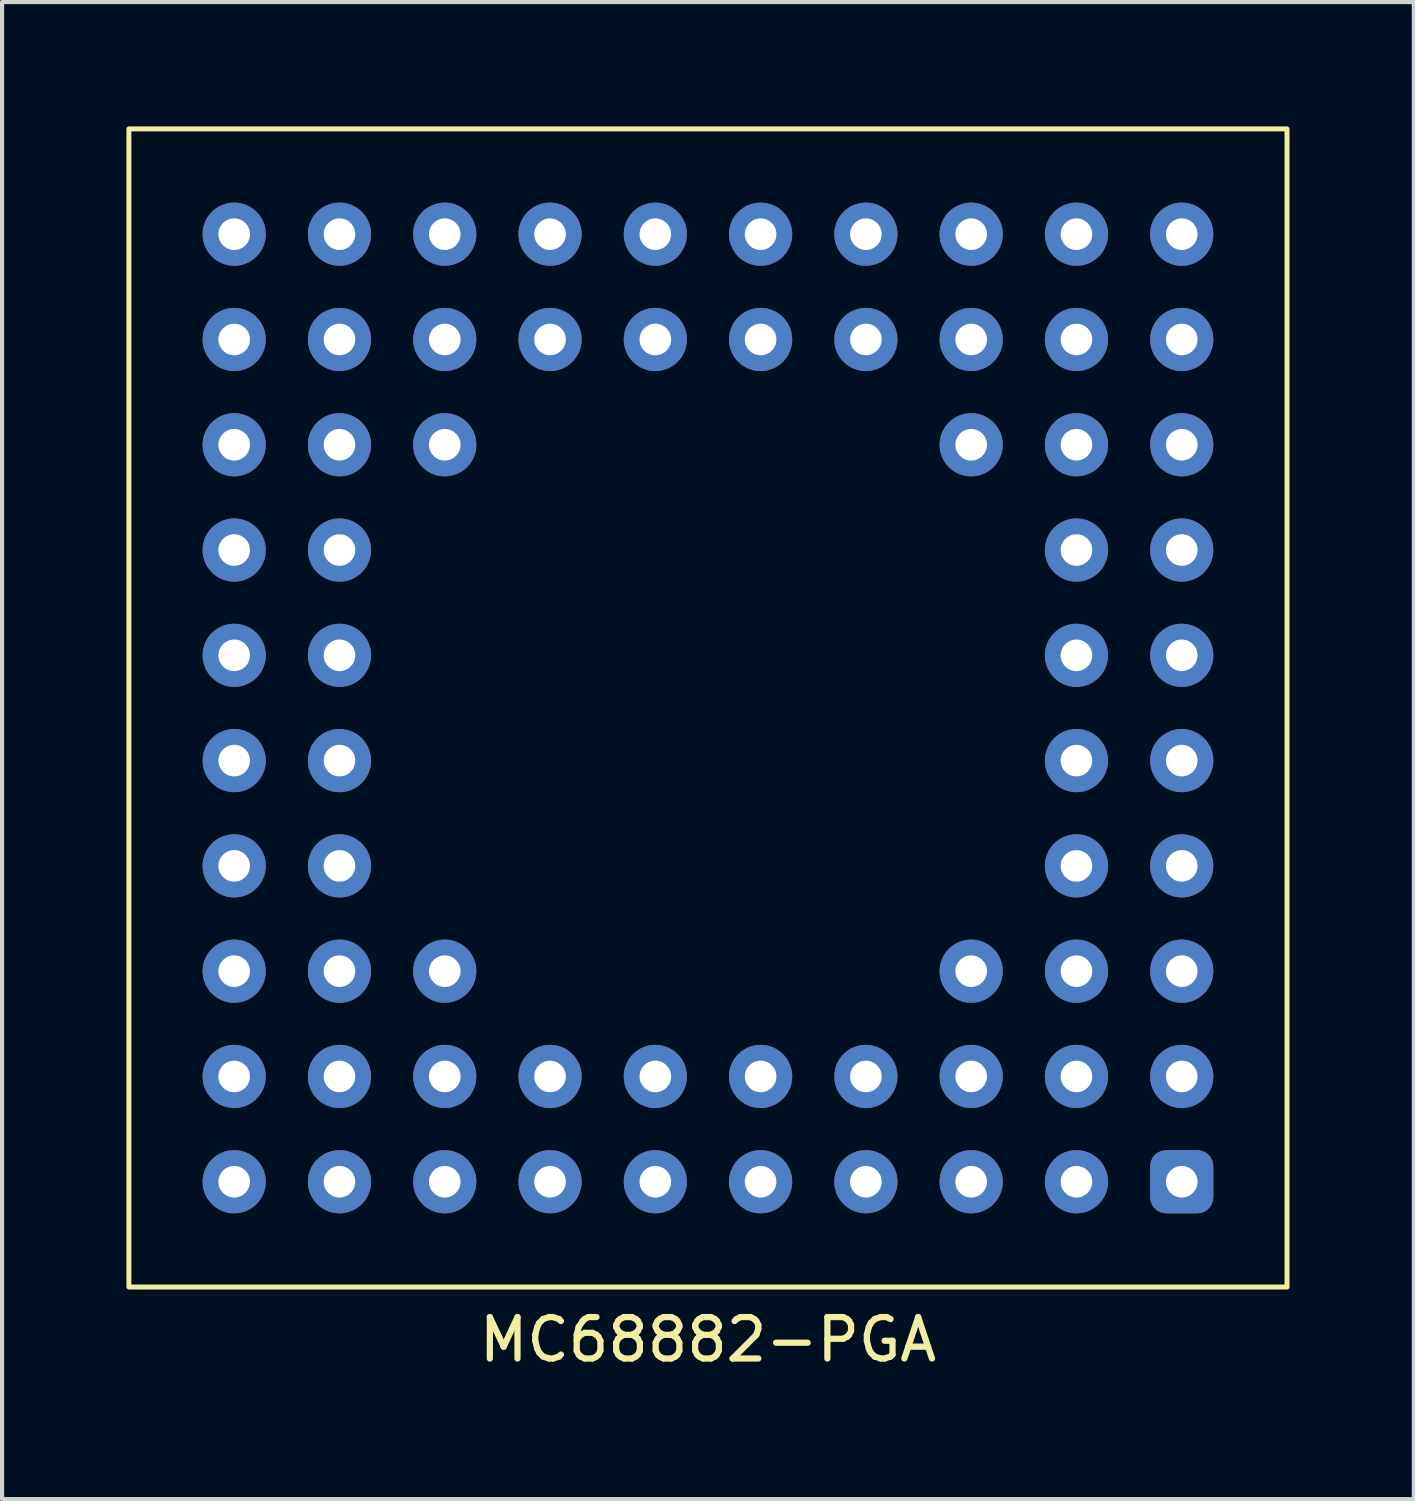
<source format=kicad_pcb>
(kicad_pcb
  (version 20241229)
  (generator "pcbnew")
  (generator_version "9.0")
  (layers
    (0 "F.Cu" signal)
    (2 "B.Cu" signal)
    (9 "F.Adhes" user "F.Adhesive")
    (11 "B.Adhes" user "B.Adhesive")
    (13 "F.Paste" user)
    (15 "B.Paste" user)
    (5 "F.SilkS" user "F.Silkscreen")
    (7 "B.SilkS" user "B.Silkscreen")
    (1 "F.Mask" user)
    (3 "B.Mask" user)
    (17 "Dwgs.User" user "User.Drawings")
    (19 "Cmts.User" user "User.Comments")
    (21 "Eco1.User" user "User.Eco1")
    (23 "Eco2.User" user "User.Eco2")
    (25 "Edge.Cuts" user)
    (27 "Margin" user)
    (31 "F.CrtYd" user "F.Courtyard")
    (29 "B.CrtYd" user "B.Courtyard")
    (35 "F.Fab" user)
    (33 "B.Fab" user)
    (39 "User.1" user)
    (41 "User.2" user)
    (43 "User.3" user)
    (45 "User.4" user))
  (footprint "MC68882-PGA"
    (layer "F.Cu")
    (at 14.03 14.03)
    (property "Reference" "MC68882-PGA" (at 0 15.24 0) (unlocked yes) (layer "F.SilkS") (effects (font (size 1 1) (thickness 0.15))))
    (attr through_hole)
    (fp_rect (start -13.97 -13.97) (end 13.97 13.97) (stroke (width 0.12) (type solid)) (fill no) (layer "F.SilkS"))
    (pad "1" thru_hole roundrect (at 11.43 11.43) (size 1.524 1.524) (drill 0.762) (layers "*.Cu" "*.Mask") (roundrect_rratio 0.25))
    (pad "2" thru_hole circle (at 8.89 11.43) (size 1.524 1.524) (drill 0.762) (layers "*.Cu" "*.Mask"))
    (pad "3" thru_hole circle (at 6.35 11.43) (size 1.524 1.524) (drill 0.762) (layers "*.Cu" "*.Mask"))
    (pad "4" thru_hole circle (at 3.81 11.43) (size 1.524 1.524) (drill 0.762) (layers "*.Cu" "*.Mask"))
    (pad "5" thru_hole circle (at 1.27 11.43) (size 1.524 1.524) (drill 0.762) (layers "*.Cu" "*.Mask"))
    (pad "6" thru_hole circle (at -1.27 11.43) (size 1.524 1.524) (drill 0.762) (layers "*.Cu" "*.Mask"))
    (pad "7" thru_hole circle (at -3.81 11.43) (size 1.524 1.524) (drill 0.762) (layers "*.Cu" "*.Mask"))
    (pad "8" thru_hole circle (at -6.35 11.43) (size 1.524 1.524) (drill 0.762) (layers "*.Cu" "*.Mask"))
    (pad "9" thru_hole circle (at -8.89 11.43) (size 1.524 1.524) (drill 0.762) (layers "*.Cu" "*.Mask"))
    (pad "10" thru_hole circle (at -11.43 11.43) (size 1.524 1.524) (drill 0.762) (layers "*.Cu" "*.Mask"))
    (pad "11" thru_hole circle (at 11.43 8.89) (size 1.524 1.524) (drill 0.762) (layers "*.Cu" "*.Mask"))
    (pad "12" thru_hole circle (at 8.89 8.89) (size 1.524 1.524) (drill 0.762) (layers "*.Cu" "*.Mask"))
    (pad "13" thru_hole circle (at 6.35 8.89) (size 1.524 1.524) (drill 0.762) (layers "*.Cu" "*.Mask"))
    (pad "14" thru_hole circle (at 3.81 8.89) (size 1.524 1.524) (drill 0.762) (layers "*.Cu" "*.Mask"))
    (pad "15" thru_hole circle (at 1.27 8.89) (size 1.524 1.524) (drill 0.762) (layers "*.Cu" "*.Mask"))
    (pad "16" thru_hole circle (at -1.27 8.89) (size 1.524 1.524) (drill 0.762) (layers "*.Cu" "*.Mask"))
    (pad "17" thru_hole circle (at -3.81 8.89) (size 1.524 1.524) (drill 0.762) (layers "*.Cu" "*.Mask"))
    (pad "18" thru_hole circle (at -6.35 8.89) (size 1.524 1.524) (drill 0.762) (layers "*.Cu" "*.Mask"))
    (pad "19" thru_hole circle (at -8.89 8.89) (size 1.524 1.524) (drill 0.762) (layers "*.Cu" "*.Mask"))
    (pad "20" thru_hole circle (at -11.43 8.89) (size 1.524 1.524) (drill 0.762) (layers "*.Cu" "*.Mask"))
    (pad "21" thru_hole circle (at 11.43 6.35) (size 1.524 1.524) (drill 0.762) (layers "*.Cu" "*.Mask"))
    (pad "22" thru_hole circle (at 8.89 6.35) (size 1.524 1.524) (drill 0.762) (layers "*.Cu" "*.Mask"))
    (pad "23" thru_hole circle (at 6.35 6.35) (size 1.524 1.524) (drill 0.762) (layers "*.Cu" "*.Mask"))
    (pad "24" thru_hole circle (at -6.35 6.35) (size 1.524 1.524) (drill 0.762) (layers "*.Cu" "*.Mask"))
    (pad "25" thru_hole circle (at -8.89 6.35) (size 1.524 1.524) (drill 0.762) (layers "*.Cu" "*.Mask"))
    (pad "26" thru_hole circle (at -11.43 6.35) (size 1.524 1.524) (drill 0.762) (layers "*.Cu" "*.Mask"))
    (pad "27" thru_hole circle (at 11.43 3.81) (size 1.524 1.524) (drill 0.762) (layers "*.Cu" "*.Mask"))
    (pad "28" thru_hole circle (at 8.89 3.81) (size 1.524 1.524) (drill 0.762) (layers "*.Cu" "*.Mask"))
    (pad "29" thru_hole circle (at -8.89 3.81) (size 1.524 1.524) (drill 0.762) (layers "*.Cu" "*.Mask"))
    (pad "30" thru_hole circle (at -11.43 3.81) (size 1.524 1.524) (drill 0.762) (layers "*.Cu" "*.Mask"))
    (pad "31" thru_hole circle (at 11.43 1.27) (size 1.524 1.524) (drill 0.762) (layers "*.Cu" "*.Mask"))
    (pad "32" thru_hole circle (at 8.89 1.27) (size 1.524 1.524) (drill 0.762) (layers "*.Cu" "*.Mask"))
    (pad "33" thru_hole circle (at -8.89 1.27) (size 1.524 1.524) (drill 0.762) (layers "*.Cu" "*.Mask"))
    (pad "34" thru_hole circle (at -11.43 1.27) (size 1.524 1.524) (drill 0.762) (layers "*.Cu" "*.Mask"))
    (pad "35" thru_hole circle (at 11.43 -1.27) (size 1.524 1.524) (drill 0.762) (layers "*.Cu" "*.Mask"))
    (pad "36" thru_hole circle (at 8.89 -1.27) (size 1.524 1.524) (drill 0.762) (layers "*.Cu" "*.Mask"))
    (pad "37" thru_hole circle (at -8.89 -1.27) (size 1.524 1.524) (drill 0.762) (layers "*.Cu" "*.Mask"))
    (pad "38" thru_hole circle (at -11.43 -1.27) (size 1.524 1.524) (drill 0.762) (layers "*.Cu" "*.Mask"))
    (pad "39" thru_hole circle (at 11.43 -3.81) (size 1.524 1.524) (drill 0.762) (layers "*.Cu" "*.Mask"))
    (pad "40" thru_hole circle (at 8.89 -3.81) (size 1.524 1.524) (drill 0.762) (layers "*.Cu" "*.Mask"))
    (pad "41" thru_hole circle (at -8.89 -3.81) (size 1.524 1.524) (drill 0.762) (layers "*.Cu" "*.Mask"))
    (pad "42" thru_hole circle (at -11.43 -3.81) (size 1.524 1.524) (drill 0.762) (layers "*.Cu" "*.Mask"))
    (pad "43" thru_hole circle (at 11.43 -6.35) (size 1.524 1.524) (drill 0.762) (layers "*.Cu" "*.Mask"))
    (pad "44" thru_hole circle (at 8.89 -6.35) (size 1.524 1.524) (drill 0.762) (layers "*.Cu" "*.Mask"))
    (pad "45" thru_hole circle (at 6.35 -6.35) (size 1.524 1.524) (drill 0.762) (layers "*.Cu" "*.Mask"))
    (pad "46" thru_hole circle (at -6.35 -6.35) (size 1.524 1.524) (drill 0.762) (layers "*.Cu" "*.Mask"))
    (pad "47" thru_hole circle (at -8.89 -6.35) (size 1.524 1.524) (drill 0.762) (layers "*.Cu" "*.Mask"))
    (pad "48" thru_hole circle (at -11.43 -6.35) (size 1.524 1.524) (drill 0.762) (layers "*.Cu" "*.Mask"))
    (pad "49" thru_hole circle (at 11.43 -8.89) (size 1.524 1.524) (drill 0.762) (layers "*.Cu" "*.Mask"))
    (pad "50" thru_hole circle (at 8.89 -8.89) (size 1.524 1.524) (drill 0.762) (layers "*.Cu" "*.Mask"))
    (pad "51" thru_hole circle (at 6.35 -8.89) (size 1.524 1.524) (drill 0.762) (layers "*.Cu" "*.Mask"))
    (pad "52" thru_hole circle (at 3.81 -8.89) (size 1.524 1.524) (drill 0.762) (layers "*.Cu" "*.Mask"))
    (pad "53" thru_hole circle (at 1.27 -8.89) (size 1.524 1.524) (drill 0.762) (layers "*.Cu" "*.Mask"))
    (pad "54" thru_hole circle (at -1.27 -8.89) (size 1.524 1.524) (drill 0.762) (layers "*.Cu" "*.Mask"))
    (pad "55" thru_hole circle (at -3.81 -8.89) (size 1.524 1.524) (drill 0.762) (layers "*.Cu" "*.Mask"))
    (pad "56" thru_hole circle (at -6.35 -8.89) (size 1.524 1.524) (drill 0.762) (layers "*.Cu" "*.Mask"))
    (pad "57" thru_hole circle (at -8.89 -8.89) (size 1.524 1.524) (drill 0.762) (layers "*.Cu" "*.Mask"))
    (pad "58" thru_hole circle (at -11.43 -8.89) (size 1.524 1.524) (drill 0.762) (layers "*.Cu" "*.Mask"))
    (pad "59" thru_hole circle (at 11.43 -11.43) (size 1.524 1.524) (drill 0.762) (layers "*.Cu" "*.Mask"))
    (pad "60" thru_hole circle (at 8.89 -11.43) (size 1.524 1.524) (drill 0.762) (layers "*.Cu" "*.Mask"))
    (pad "61" thru_hole circle (at 6.35 -11.43) (size 1.524 1.524) (drill 0.762) (layers "*.Cu" "*.Mask"))
    (pad "62" thru_hole circle (at 3.81 -11.43) (size 1.524 1.524) (drill 0.762) (layers "*.Cu" "*.Mask"))
    (pad "63" thru_hole circle (at 1.27 -11.43) (size 1.524 1.524) (drill 0.762) (layers "*.Cu" "*.Mask"))
    (pad "64" thru_hole circle (at -1.27 -11.43) (size 1.524 1.524) (drill 0.762) (layers "*.Cu" "*.Mask"))
    (pad "65" thru_hole circle (at -3.81 -11.43) (size 1.524 1.524) (drill 0.762) (layers "*.Cu" "*.Mask"))
    (pad "66" thru_hole circle (at -6.35 -11.43) (size 1.524 1.524) (drill 0.762) (layers "*.Cu" "*.Mask"))
    (pad "67" thru_hole circle (at -8.89 -11.43) (size 1.524 1.524) (drill 0.762) (layers "*.Cu" "*.Mask"))
    (pad "68" thru_hole circle (at -11.43 -11.43) (size 1.524 1.524) (drill 0.762) (layers "*.Cu" "*.Mask")))
  (gr_rect
    (start -3 -3)
    (end 31.06 33.118)
    (stroke (width 0.1) (type default))
    (fill no)
    (layer "Edge.Cuts")))
</source>
